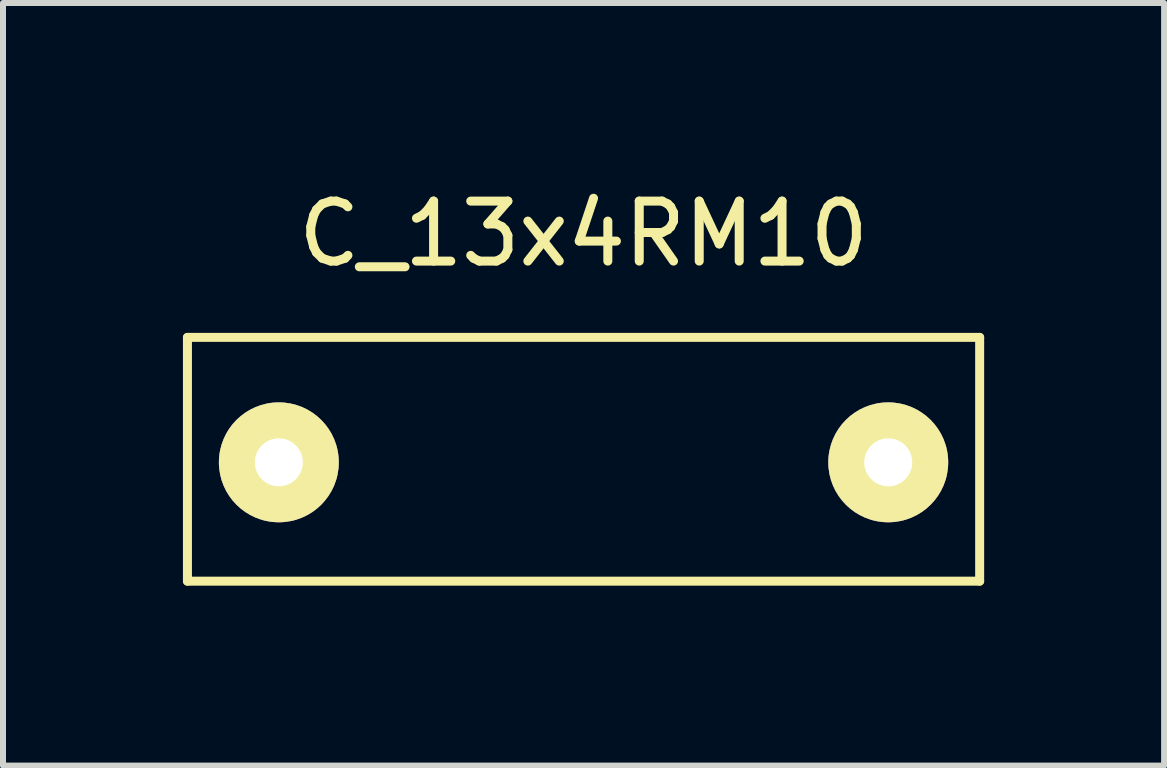
<source format=kicad_pcb>
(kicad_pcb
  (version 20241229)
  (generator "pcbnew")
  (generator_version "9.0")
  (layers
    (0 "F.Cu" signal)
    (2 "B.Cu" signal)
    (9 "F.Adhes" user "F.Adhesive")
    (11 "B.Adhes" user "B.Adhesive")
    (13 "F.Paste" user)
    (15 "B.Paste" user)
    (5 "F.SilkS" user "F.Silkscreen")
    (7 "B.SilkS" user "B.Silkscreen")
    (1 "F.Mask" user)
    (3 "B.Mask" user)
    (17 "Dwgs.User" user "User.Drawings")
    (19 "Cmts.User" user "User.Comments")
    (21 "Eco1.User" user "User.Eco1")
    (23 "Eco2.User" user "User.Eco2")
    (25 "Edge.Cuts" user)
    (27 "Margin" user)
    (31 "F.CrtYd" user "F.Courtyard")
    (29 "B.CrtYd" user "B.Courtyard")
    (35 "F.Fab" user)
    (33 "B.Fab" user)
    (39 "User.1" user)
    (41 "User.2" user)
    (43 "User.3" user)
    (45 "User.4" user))
  (footprint "C_13x4RM10"
    (layer "F.Cu")
    (at 6.679 4.658)
    (property "Reference" "C_13x4RM10" (at 0 -3.81 0) (layer "F.SilkS") (effects (font (size 1 1) (thickness 0.15))))
    (attr through_hole)
    (fp_line (start -6.604 -2.083) (end -6.604 1.981) (stroke (width 0.15) (type solid)) (layer "F.SilkS"))
    (fp_line (start -6.604 -2.083) (end 6.604 -2.083) (stroke (width 0.15) (type solid)) (layer "F.SilkS"))
    (fp_line (start 6.604 1.981) (end -6.604 1.981) (stroke (width 0.15) (type solid)) (layer "F.SilkS"))
    (fp_line (start 6.604 1.981) (end 6.604 -2.083) (stroke (width 0.15) (type solid)) (layer "F.SilkS"))
    (pad "1" thru_hole circle (at -5.08 0) (size 1.999 1.999) (drill 0.8) (layers "*.Cu" "*.Mask" "F.SilkS"))
    (pad "2" thru_hole circle (at 5.08 0) (size 1.999 1.999) (drill 0.8) (layers "*.Cu" "*.Mask" "F.SilkS")))
  (gr_rect
    (start -3 -3)
    (end 16.358 9.714)
    (stroke (width 0.1) (type default))
    (fill no)
    (layer "Edge.Cuts")))
</source>
